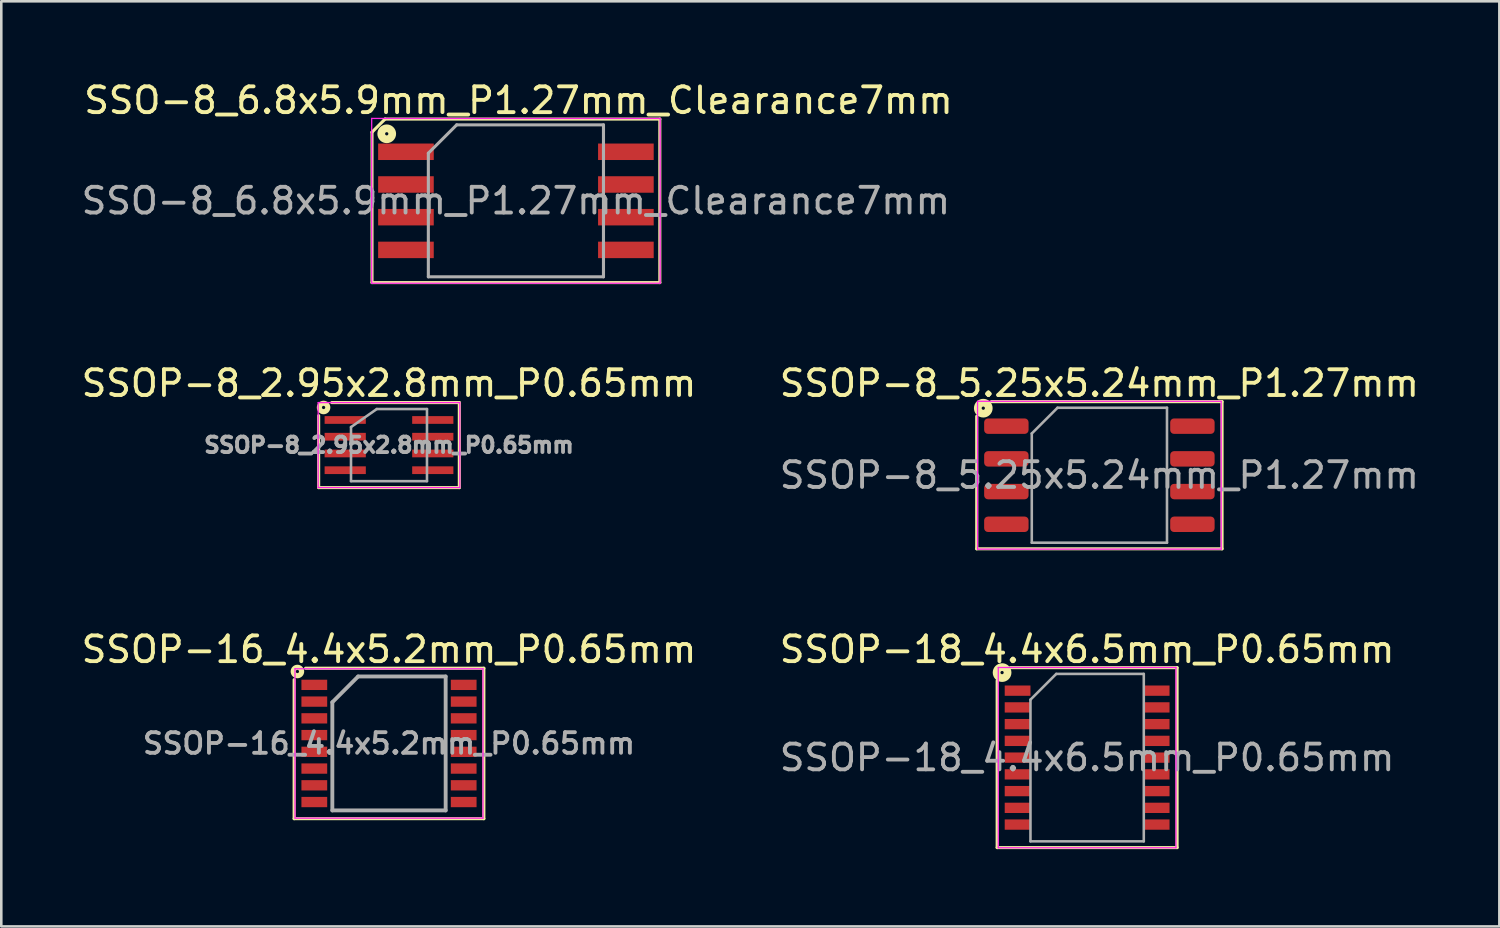
<source format=kicad_pcb>
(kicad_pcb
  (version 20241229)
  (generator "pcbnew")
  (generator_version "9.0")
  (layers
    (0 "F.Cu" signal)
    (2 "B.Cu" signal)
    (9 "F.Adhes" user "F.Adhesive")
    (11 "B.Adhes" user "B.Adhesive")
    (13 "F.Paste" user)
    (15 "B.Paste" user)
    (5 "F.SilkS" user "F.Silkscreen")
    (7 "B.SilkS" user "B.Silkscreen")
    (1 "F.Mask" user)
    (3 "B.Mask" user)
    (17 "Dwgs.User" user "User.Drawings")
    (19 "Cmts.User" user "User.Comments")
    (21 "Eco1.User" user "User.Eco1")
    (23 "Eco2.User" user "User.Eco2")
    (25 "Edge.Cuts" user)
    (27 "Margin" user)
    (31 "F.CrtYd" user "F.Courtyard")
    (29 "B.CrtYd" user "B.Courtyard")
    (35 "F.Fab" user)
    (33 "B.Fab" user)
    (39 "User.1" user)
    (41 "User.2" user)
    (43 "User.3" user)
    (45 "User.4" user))
  (footprint "SSOP-8_2.95x2.8mm_P0.65mm"
    (layer "F.Cu")
    (at 12.054 14.232)
    (property "Reference" "SSOP-8_2.95x2.8mm_P0.65mm" (at 0 -2.4 0) (layer "F.SilkS") (effects (font (size 1 1) (thickness 0.15))))
    (attr smd)
    (fp_line (start -2.731 -1.143) (end -2.731 1.651) (stroke (width 0.12) (type solid)) (layer "F.SilkS"))
    (fp_line (start -2.731 1.651) (end 2.731 1.651) (stroke (width 0.12) (type solid)) (layer "F.SilkS"))
    (fp_line (start 2.731 -1.651) (end -2.223 -1.651) (stroke (width 0.12) (type solid)) (layer "F.SilkS"))
    (fp_line (start 2.731 1.651) (end 2.731 -1.651) (stroke (width 0.12) (type solid)) (layer "F.SilkS"))
    (fp_circle (center -2.54 -1.46) (end -2.477 -1.46) (stroke (width 0.2) (type solid)) (fill no) (layer "F.SilkS"))
    (fp_line (start -2.75 -1.65) (end 2.75 -1.65) (stroke (width 0.05) (type solid)) (layer "F.CrtYd"))
    (fp_line (start -2.75 1.65) (end -2.75 -1.65) (stroke (width 0.05) (type solid)) (layer "F.CrtYd"))
    (fp_line (start 2.75 -1.65) (end 2.75 1.65) (stroke (width 0.05) (type solid)) (layer "F.CrtYd"))
    (fp_line (start 2.75 1.65) (end -2.75 1.65) (stroke (width 0.05) (type solid)) (layer "F.CrtYd"))
    (fp_line (start -1.475 1.4) (end -1.475 -0.7) (stroke (width 0.1) (type solid)) (layer "F.Fab"))
    (fp_line (start -0.475 -1.4) (end -1.475 -0.7) (stroke (width 0.1) (type solid)) (layer "F.Fab"))
    (fp_line (start -0.475 -1.4) (end 1.475 -1.4) (stroke (width 0.1) (type solid)) (layer "F.Fab"))
    (fp_line (start 1.475 -1.4) (end 1.475 1.4) (stroke (width 0.1) (type solid)) (layer "F.Fab"))
    (fp_line (start 1.475 1.4) (end -1.475 1.4) (stroke (width 0.1) (type solid)) (layer "F.Fab"))
    (fp_text user "${REFERENCE}" (at 0 0 0) (layer "F.Fab") (effects (font (size 0.6 0.6) (thickness 0.15))))
    (pad "1" smd rect (at -1.7 -0.975 270) (size 0.3 1.6) (layers "F.Cu" "F.Mask" "F.Paste"))
    (pad "2" smd rect (at -1.7 -0.325 270) (size 0.3 1.6) (layers "F.Cu" "F.Mask" "F.Paste"))
    (pad "3" smd rect (at -1.7 0.325 270) (size 0.3 1.6) (layers "F.Cu" "F.Mask" "F.Paste"))
    (pad "4" smd rect (at -1.7 0.975 270) (size 0.3 1.6) (layers "F.Cu" "F.Mask" "F.Paste"))
    (pad "5" smd rect (at 1.7 0.975 270) (size 0.3 1.6) (layers "F.Cu" "F.Mask" "F.Paste"))
    (pad "6" smd rect (at 1.7 0.325 270) (size 0.3 1.6) (layers "F.Cu" "F.Mask" "F.Paste"))
    (pad "7" smd rect (at 1.7 -0.325 270) (size 0.3 1.6) (layers "F.Cu" "F.Mask" "F.Paste"))
    (pad "8" smd rect (at 1.7 -0.975 270) (size 0.3 1.6) (layers "F.Cu" "F.Mask" "F.Paste")))
  (footprint "SSOP-8_5.25x5.24mm_P1.27mm"
    (layer "F.Cu")
    (at 39.637 15.402)
    (property "Reference" "SSOP-8_5.25x5.24mm_P1.27mm" (at 0 -3.57 0) (layer "F.SilkS") (effects (font (size 1 1) (thickness 0.15))))
    (attr smd)
    (fp_line (start -4.763 -2.286) (end -4.763 2.857) (stroke (width 0.12) (type solid)) (layer "F.SilkS"))
    (fp_line (start -4.763 2.857) (end 4.763 2.857) (stroke (width 0.12) (type solid)) (layer "F.SilkS"))
    (fp_line (start 4.763 -2.857) (end -4.191 -2.857) (stroke (width 0.12) (type solid)) (layer "F.SilkS"))
    (fp_line (start 4.763 2.857) (end 4.763 -2.857) (stroke (width 0.12) (type solid)) (layer "F.SilkS"))
    (fp_circle (center -4.508 -2.603) (end -4.445 -2.603) (stroke (width 0.3) (type solid)) (fill no) (layer "F.SilkS"))
    (fp_line (start -4.73 -2.87) (end -4.73 2.87) (stroke (width 0.05) (type solid)) (layer "F.CrtYd"))
    (fp_line (start -4.73 2.87) (end 4.73 2.87) (stroke (width 0.05) (type solid)) (layer "F.CrtYd"))
    (fp_line (start 4.73 -2.87) (end -4.73 -2.87) (stroke (width 0.05) (type solid)) (layer "F.CrtYd"))
    (fp_line (start 4.73 2.87) (end 4.73 -2.87) (stroke (width 0.05) (type solid)) (layer "F.CrtYd"))
    (fp_line (start -2.625 -1.62) (end -1.625 -2.62) (stroke (width 0.1) (type solid)) (layer "F.Fab"))
    (fp_line (start -2.625 2.62) (end -2.625 -1.62) (stroke (width 0.1) (type solid)) (layer "F.Fab"))
    (fp_line (start -1.625 -2.62) (end 2.625 -2.62) (stroke (width 0.1) (type solid)) (layer "F.Fab"))
    (fp_line (start 2.625 -2.62) (end 2.625 2.62) (stroke (width 0.1) (type solid)) (layer "F.Fab"))
    (fp_line (start 2.625 2.62) (end -2.625 2.62) (stroke (width 0.1) (type solid)) (layer "F.Fab"))
    (fp_text user "${REFERENCE}" (at 0 0 0) (layer "F.Fab") (effects (font (size 1 1) (thickness 0.15))))
    (pad "1" smd roundrect (at -3.612 -1.905) (size 1.725 0.6) (layers "F.Cu" "F.Mask" "F.Paste") (roundrect_rratio 0.25))
    (pad "2" smd roundrect (at -3.612 -0.635) (size 1.725 0.6) (layers "F.Cu" "F.Mask" "F.Paste") (roundrect_rratio 0.25))
    (pad "3" smd roundrect (at -3.612 0.635) (size 1.725 0.6) (layers "F.Cu" "F.Mask" "F.Paste") (roundrect_rratio 0.25))
    (pad "4" smd roundrect (at -3.612 1.905) (size 1.725 0.6) (layers "F.Cu" "F.Mask" "F.Paste") (roundrect_rratio 0.25))
    (pad "5" smd roundrect (at 3.612 1.905) (size 1.725 0.6) (layers "F.Cu" "F.Mask" "F.Paste") (roundrect_rratio 0.25))
    (pad "6" smd roundrect (at 3.612 0.635) (size 1.725 0.6) (layers "F.Cu" "F.Mask" "F.Paste") (roundrect_rratio 0.25))
    (pad "7" smd roundrect (at 3.612 -0.635) (size 1.725 0.6) (layers "F.Cu" "F.Mask" "F.Paste") (roundrect_rratio 0.25))
    (pad "8" smd roundrect (at 3.612 -1.905) (size 1.725 0.6) (layers "F.Cu" "F.Mask" "F.Paste") (roundrect_rratio 0.25)))
  (footprint "SSO-8_6.8x5.9mm_P1.27mm_Clearance7mm"
    (layer "F.Cu")
    (at 16.982 4.748)
    (property "Reference" "SSO-8_6.8x5.9mm_P1.27mm_Clearance7mm" (at 0.1 -3.9 0) (layer "F.SilkS") (effects (font (size 1 1) (thickness 0.15))))
    (attr smd)
    (fp_line (start -5.588 -2.667) (end -5.588 3.175) (stroke (width 0.12) (type solid)) (layer "F.SilkS"))
    (fp_line (start -5.588 -2.667) (end -5.08 -3.175) (stroke (width 0.12) (type solid)) (layer "F.SilkS"))
    (fp_line (start -5.588 3.175) (end 5.588 3.175) (stroke (width 0.12) (type solid)) (layer "F.SilkS"))
    (fp_line (start 5.588 -3.175) (end -5.08 -3.175) (stroke (width 0.12) (type solid)) (layer "F.SilkS"))
    (fp_line (start 5.588 3.175) (end 5.588 -3.175) (stroke (width 0.12) (type solid)) (layer "F.SilkS"))
    (fp_circle (center -5.016 -2.603) (end -4.953 -2.603) (stroke (width 0.3) (type solid)) (fill no) (layer "F.SilkS"))
    (fp_line (start -5.6 -3.2) (end -5.6 3.2) (stroke (width 0.05) (type solid)) (layer "F.CrtYd"))
    (fp_line (start -5.6 -3.2) (end 5.6 -3.2) (stroke (width 0.05) (type solid)) (layer "F.CrtYd"))
    (fp_line (start 5.6 3.2) (end -5.6 3.2) (stroke (width 0.05) (type solid)) (layer "F.CrtYd"))
    (fp_line (start 5.6 3.2) (end 5.6 -3.2) (stroke (width 0.05) (type solid)) (layer "F.CrtYd"))
    (fp_line (start -3.4 -1.85) (end -3.4 2.95) (stroke (width 0.12) (type solid)) (layer "F.Fab"))
    (fp_line (start -3.4 2.95) (end 3.4 2.95) (stroke (width 0.12) (type solid)) (layer "F.Fab"))
    (fp_line (start -2.3 -2.95) (end -3.4 -1.85) (stroke (width 0.12) (type solid)) (layer "F.Fab"))
    (fp_line (start 3.4 -2.95) (end -2.3 -2.95) (stroke (width 0.12) (type solid)) (layer "F.Fab"))
    (fp_line (start 3.4 2.95) (end 3.4 -2.95) (stroke (width 0.12) (type solid)) (layer "F.Fab"))
    (fp_text user "${REFERENCE}" (at 0 0 0) (layer "F.Fab") (effects (font (size 1 1) (thickness 0.15))))
    (pad "1" smd rect (at -4.27 -1.905) (size 2.16 0.64) (layers "F.Cu" "F.Mask" "F.Paste"))
    (pad "2" smd rect (at -4.27 -0.635) (size 2.16 0.64) (layers "F.Cu" "F.Mask" "F.Paste"))
    (pad "3" smd rect (at -4.27 0.635) (size 2.16 0.64) (layers "F.Cu" "F.Mask" "F.Paste"))
    (pad "4" smd rect (at -4.27 1.905) (size 2.16 0.64) (layers "F.Cu" "F.Mask" "F.Paste"))
    (pad "5" smd rect (at 4.27 1.905) (size 2.16 0.64) (layers "F.Cu" "F.Mask" "F.Paste"))
    (pad "6" smd rect (at 4.27 0.635) (size 2.16 0.64) (layers "F.Cu" "F.Mask" "F.Paste"))
    (pad "7" smd rect (at 4.27 -0.635) (size 2.16 0.64) (layers "F.Cu" "F.Mask" "F.Paste"))
    (pad "8" smd rect (at 4.27 -1.905) (size 2.16 0.64) (layers "F.Cu" "F.Mask" "F.Paste")))
  (footprint "SSOP-18_4.4x6.5mm_P0.65mm"
    (layer "F.Cu")
    (at 39.161 26.367)
    (property "Reference" "SSOP-18_4.4x6.5mm_P0.65mm" (at 0 -4.2 0) (layer "F.SilkS") (effects (font (size 1 1) (thickness 0.15))))
    (attr smd)
    (fp_line (start -3.493 -2.985) (end -3.493 3.493) (stroke (width 0.12) (type solid)) (layer "F.SilkS"))
    (fp_line (start -3.493 3.493) (end 3.493 3.493) (stroke (width 0.12) (type solid)) (layer "F.SilkS"))
    (fp_line (start 3.493 -3.493) (end -2.985 -3.493) (stroke (width 0.12) (type solid)) (layer "F.SilkS"))
    (fp_line (start 3.493 3.493) (end 3.493 -3.493) (stroke (width 0.12) (type solid)) (layer "F.SilkS"))
    (fp_circle (center -3.302 -3.302) (end -3.239 -3.302) (stroke (width 0.3) (type solid)) (fill no) (layer "F.SilkS"))
    (fp_line (start -3.45 -3.5) (end 3.45 -3.5) (stroke (width 0.05) (type solid)) (layer "F.CrtYd"))
    (fp_line (start -3.45 3.5) (end -3.45 -3.5) (stroke (width 0.05) (type solid)) (layer "F.CrtYd"))
    (fp_line (start 3.45 -3.5) (end 3.45 3.5) (stroke (width 0.05) (type solid)) (layer "F.CrtYd"))
    (fp_line (start 3.45 3.5) (end -3.45 3.5) (stroke (width 0.05) (type solid)) (layer "F.CrtYd"))
    (fp_line (start -2.2 -2.25) (end -1.2 -3.25) (stroke (width 0.1) (type solid)) (layer "F.Fab"))
    (fp_line (start -2.2 3.25) (end -2.2 -2.25) (stroke (width 0.1) (type solid)) (layer "F.Fab"))
    (fp_line (start -1.2 -3.25) (end 2.2 -3.25) (stroke (width 0.1) (type solid)) (layer "F.Fab"))
    (fp_line (start 2.2 -3.25) (end 2.2 3.25) (stroke (width 0.1) (type solid)) (layer "F.Fab"))
    (fp_line (start 2.2 3.25) (end -2.2 3.25) (stroke (width 0.1) (type solid)) (layer "F.Fab"))
    (fp_text user "${REFERENCE}" (at 0 0 0) (layer "F.Fab") (effects (font (size 1 1) (thickness 0.15))))
    (pad "1" smd rect (at -2.7 -2.6) (size 1 0.4) (layers "F.Cu" "F.Mask" "F.Paste"))
    (pad "2" smd rect (at -2.7 -1.95) (size 1 0.4) (layers "F.Cu" "F.Mask" "F.Paste"))
    (pad "3" smd rect (at -2.7 -1.3) (size 1 0.4) (layers "F.Cu" "F.Mask" "F.Paste"))
    (pad "4" smd rect (at -2.7 -0.65) (size 1 0.4) (layers "F.Cu" "F.Mask" "F.Paste"))
    (pad "5" smd rect (at -2.7 0) (size 1 0.4) (layers "F.Cu" "F.Mask" "F.Paste"))
    (pad "6" smd rect (at -2.7 0.65) (size 1 0.4) (layers "F.Cu" "F.Mask" "F.Paste"))
    (pad "7" smd rect (at -2.7 1.3) (size 1 0.4) (layers "F.Cu" "F.Mask" "F.Paste"))
    (pad "8" smd rect (at -2.7 1.95) (size 1 0.4) (layers "F.Cu" "F.Mask" "F.Paste"))
    (pad "9" smd rect (at -2.7 2.6) (size 1 0.4) (layers "F.Cu" "F.Mask" "F.Paste"))
    (pad "10" smd rect (at 2.7 2.6) (size 1 0.4) (layers "F.Cu" "F.Mask" "F.Paste"))
    (pad "11" smd rect (at 2.7 1.95) (size 1 0.4) (layers "F.Cu" "F.Mask" "F.Paste"))
    (pad "12" smd rect (at 2.7 1.3) (size 1 0.4) (layers "F.Cu" "F.Mask" "F.Paste"))
    (pad "13" smd rect (at 2.7 0.65) (size 1 0.4) (layers "F.Cu" "F.Mask" "F.Paste"))
    (pad "14" smd rect (at 2.7 0) (size 1 0.4) (layers "F.Cu" "F.Mask" "F.Paste"))
    (pad "15" smd rect (at 2.7 -0.65) (size 1 0.4) (layers "F.Cu" "F.Mask" "F.Paste"))
    (pad "16" smd rect (at 2.7 -1.3) (size 1 0.4) (layers "F.Cu" "F.Mask" "F.Paste"))
    (pad "17" smd rect (at 2.7 -1.95) (size 1 0.4) (layers "F.Cu" "F.Mask" "F.Paste"))
    (pad "18" smd rect (at 2.7 -2.6) (size 1 0.4) (layers "F.Cu" "F.Mask" "F.Paste")))
  (footprint "SSOP-16_4.4x5.2mm_P0.65mm"
    (layer "F.Cu")
    (at 12.054 25.817)
    (property "Reference" "SSOP-16_4.4x5.2mm_P0.65mm" (at 0 -3.65 0) (layer "F.SilkS") (effects (font (size 1 1) (thickness 0.15))))
    (attr smd)
    (fp_line (start -3.683 -2.477) (end -3.683 2.921) (stroke (width 0.12) (type solid)) (layer "F.SilkS"))
    (fp_line (start -3.683 2.921) (end 3.683 2.921) (stroke (width 0.12) (type solid)) (layer "F.SilkS"))
    (fp_line (start 3.683 -2.921) (end -3.239 -2.921) (stroke (width 0.12) (type solid)) (layer "F.SilkS"))
    (fp_line (start 3.683 2.921) (end 3.683 -2.921) (stroke (width 0.12) (type solid)) (layer "F.SilkS"))
    (fp_circle (center -3.556 -2.794) (end -3.493 -2.794) (stroke (width 0.2) (type solid)) (fill no) (layer "F.SilkS"))
    (fp_line (start -3.65 -2.9) (end -3.65 2.9) (stroke (width 0.05) (type solid)) (layer "F.CrtYd"))
    (fp_line (start -3.65 -2.9) (end 3.65 -2.9) (stroke (width 0.05) (type solid)) (layer "F.CrtYd"))
    (fp_line (start -3.65 2.9) (end 3.65 2.9) (stroke (width 0.05) (type solid)) (layer "F.CrtYd"))
    (fp_line (start 3.65 -2.9) (end 3.65 2.9) (stroke (width 0.05) (type solid)) (layer "F.CrtYd"))
    (fp_line (start -2.2 -1.6) (end -1.2 -2.6) (stroke (width 0.15) (type solid)) (layer "F.Fab"))
    (fp_line (start -2.2 2.6) (end -2.2 -1.6) (stroke (width 0.15) (type solid)) (layer "F.Fab"))
    (fp_line (start -1.2 -2.6) (end 2.2 -2.6) (stroke (width 0.15) (type solid)) (layer "F.Fab"))
    (fp_line (start 2.2 -2.6) (end 2.2 2.6) (stroke (width 0.15) (type solid)) (layer "F.Fab"))
    (fp_line (start 2.2 2.6) (end -2.2 2.6) (stroke (width 0.15) (type solid)) (layer "F.Fab"))
    (fp_text user "${REFERENCE}" (at 0 0 0) (layer "F.Fab") (effects (font (size 0.8 0.8) (thickness 0.15))))
    (pad "1" smd rect (at -2.9 -2.275) (size 1 0.4) (layers "F.Cu" "F.Mask" "F.Paste"))
    (pad "2" smd rect (at -2.9 -1.625) (size 1 0.4) (layers "F.Cu" "F.Mask" "F.Paste"))
    (pad "3" smd rect (at -2.9 -0.975) (size 1 0.4) (layers "F.Cu" "F.Mask" "F.Paste"))
    (pad "4" smd rect (at -2.9 -0.325) (size 1 0.4) (layers "F.Cu" "F.Mask" "F.Paste"))
    (pad "5" smd rect (at -2.9 0.325) (size 1 0.4) (layers "F.Cu" "F.Mask" "F.Paste"))
    (pad "6" smd rect (at -2.9 0.975) (size 1 0.4) (layers "F.Cu" "F.Mask" "F.Paste"))
    (pad "7" smd rect (at -2.9 1.625) (size 1 0.4) (layers "F.Cu" "F.Mask" "F.Paste"))
    (pad "8" smd rect (at -2.9 2.275) (size 1 0.4) (layers "F.Cu" "F.Mask" "F.Paste"))
    (pad "9" smd rect (at 2.9 2.275) (size 1 0.4) (layers "F.Cu" "F.Mask" "F.Paste"))
    (pad "10" smd rect (at 2.9 1.625) (size 1 0.4) (layers "F.Cu" "F.Mask" "F.Paste"))
    (pad "11" smd rect (at 2.9 0.975) (size 1 0.4) (layers "F.Cu" "F.Mask" "F.Paste"))
    (pad "12" smd rect (at 2.9 0.325) (size 1 0.4) (layers "F.Cu" "F.Mask" "F.Paste"))
    (pad "13" smd rect (at 2.9 -0.325) (size 1 0.4) (layers "F.Cu" "F.Mask" "F.Paste"))
    (pad "14" smd rect (at 2.9 -0.975) (size 1 0.4) (layers "F.Cu" "F.Mask" "F.Paste"))
    (pad "15" smd rect (at 2.9 -1.625) (size 1 0.4) (layers "F.Cu" "F.Mask" "F.Paste"))
    (pad "16" smd rect (at 2.9 -2.275) (size 1 0.4) (layers "F.Cu" "F.Mask" "F.Paste")))
  (gr_rect
    (start -3 -3)
    (end 55.167 32.92)
    (stroke (width 0.1) (type default))
    (fill no)
    (layer "Edge.Cuts")))
</source>
